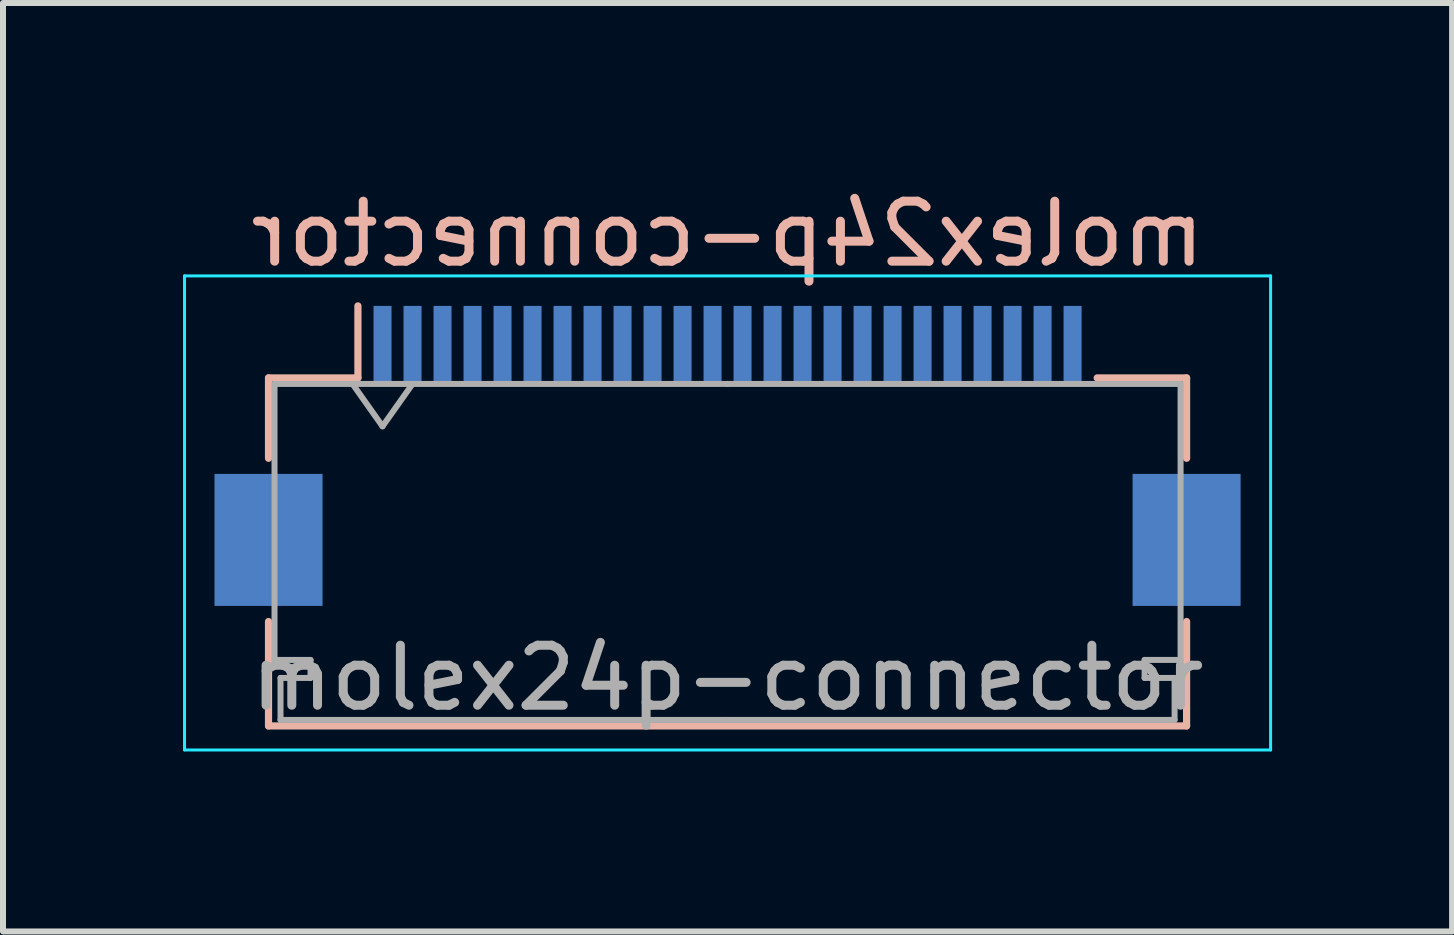
<source format=kicad_pcb>
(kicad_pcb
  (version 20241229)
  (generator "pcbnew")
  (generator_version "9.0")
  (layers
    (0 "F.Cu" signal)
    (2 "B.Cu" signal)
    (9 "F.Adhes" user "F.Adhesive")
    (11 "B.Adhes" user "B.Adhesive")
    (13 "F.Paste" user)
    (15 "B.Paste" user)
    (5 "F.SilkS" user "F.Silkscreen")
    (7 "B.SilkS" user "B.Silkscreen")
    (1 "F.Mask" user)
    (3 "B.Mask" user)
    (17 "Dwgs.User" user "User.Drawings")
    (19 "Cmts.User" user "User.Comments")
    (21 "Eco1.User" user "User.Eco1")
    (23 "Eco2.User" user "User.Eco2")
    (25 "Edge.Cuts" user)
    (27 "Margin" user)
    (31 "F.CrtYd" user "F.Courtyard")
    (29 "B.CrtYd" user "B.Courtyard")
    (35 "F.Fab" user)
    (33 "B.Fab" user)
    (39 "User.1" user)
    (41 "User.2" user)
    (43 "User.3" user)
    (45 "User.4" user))
  (footprint "molex24p-connector"
    (layer "F.Cu")
    (at 9.075 4.548)
    (property "Reference" "molex24p-connector" (at 0 -3.7 0) (layer "B.SilkS") (effects (font (size 1 1) (thickness 0.15)) (justify mirror)))
    (attr smd)
    (fp_line (start -7.65 -1.3) (end -7.65 0.04) (stroke (width 0.12) (type solid)) (layer "B.SilkS"))
    (fp_line (start -7.65 2.76) (end -7.65 4.5) (stroke (width 0.12) (type solid)) (layer "B.SilkS"))
    (fp_line (start -7.65 4.5) (end 7.65 4.5) (stroke (width 0.12) (type solid)) (layer "B.SilkS"))
    (fp_line (start -6.16 -1.3) (end -7.65 -1.3) (stroke (width 0.12) (type solid)) (layer "B.SilkS"))
    (fp_line (start -6.16 -1.3) (end -6.16 -2.5) (stroke (width 0.12) (type solid)) (layer "B.SilkS"))
    (fp_line (start 6.16 -1.3) (end 7.65 -1.3) (stroke (width 0.12) (type solid)) (layer "B.SilkS"))
    (fp_line (start 7.65 -1.3) (end 7.65 0.04) (stroke (width 0.12) (type solid)) (layer "B.SilkS"))
    (fp_line (start 7.65 4.5) (end 7.65 2.76) (stroke (width 0.12) (type solid)) (layer "B.SilkS"))
    (fp_line (start -9.05 -3) (end -9.05 4.9) (stroke (width 0.05) (type solid)) (layer "B.CrtYd"))
    (fp_line (start -9.05 4.9) (end 9.05 4.9) (stroke (width 0.05) (type solid)) (layer "B.CrtYd"))
    (fp_line (start 9.05 -3) (end -9.05 -3) (stroke (width 0.05) (type solid)) (layer "B.CrtYd"))
    (fp_line (start 9.05 4.9) (end 9.05 -3) (stroke (width 0.05) (type solid)) (layer "B.CrtYd"))
    (fp_line (start -7.55 -1.2) (end -7.55 3.4) (stroke (width 0.1) (type solid)) (layer "F.Fab"))
    (fp_line (start -7.55 3.4) (end -6.95 3.4) (stroke (width 0.1) (type solid)) (layer "F.Fab"))
    (fp_line (start -7.45 3.7) (end -7.45 4.4) (stroke (width 0.1) (type solid)) (layer "F.Fab"))
    (fp_line (start -7.45 4.4) (end 0 4.4) (stroke (width 0.1) (type solid)) (layer "F.Fab"))
    (fp_line (start -6.95 3.4) (end -6.95 3.7) (stroke (width 0.1) (type solid)) (layer "F.Fab"))
    (fp_line (start -6.95 3.7) (end -7.45 3.7) (stroke (width 0.1) (type solid)) (layer "F.Fab"))
    (fp_line (start -6.25 -1.2) (end -5.75 -0.493) (stroke (width 0.1) (type solid)) (layer "F.Fab"))
    (fp_line (start -5.75 -0.493) (end -5.25 -1.2) (stroke (width 0.1) (type solid)) (layer "F.Fab"))
    (fp_line (start 0 -1.2) (end -7.55 -1.2) (stroke (width 0.1) (type solid)) (layer "F.Fab"))
    (fp_line (start 0 -1.2) (end 7.55 -1.2) (stroke (width 0.1) (type solid)) (layer "F.Fab"))
    (fp_line (start 6.95 3.4) (end 6.95 3.7) (stroke (width 0.1) (type solid)) (layer "F.Fab"))
    (fp_line (start 6.95 3.7) (end 7.45 3.7) (stroke (width 0.1) (type solid)) (layer "F.Fab"))
    (fp_line (start 7.45 3.7) (end 7.45 4.4) (stroke (width 0.1) (type solid)) (layer "F.Fab"))
    (fp_line (start 7.45 4.4) (end 0 4.4) (stroke (width 0.1) (type solid)) (layer "F.Fab"))
    (fp_line (start 7.55 -1.2) (end 7.55 3.4) (stroke (width 0.1) (type solid)) (layer "F.Fab"))
    (fp_line (start 7.55 3.4) (end 6.95 3.4) (stroke (width 0.1) (type solid)) (layer "F.Fab"))
    (fp_text user "${REFERENCE}" (at 0 3.7 0) (layer "F.Fab") (effects (font (size 1 1) (thickness 0.15))))
    (pad "1" smd rect (at -5.75 -1.85) (size 0.3 1.3) (layers "B.Cu" "B.Mask" "B.Paste"))
    (pad "2" smd rect (at -5.25 -1.85) (size 0.3 1.3) (layers "B.Cu" "B.Mask" "B.Paste"))
    (pad "3" smd rect (at -4.75 -1.85) (size 0.3 1.3) (layers "B.Cu" "B.Mask" "B.Paste"))
    (pad "4" smd rect (at -4.25 -1.85) (size 0.3 1.3) (layers "B.Cu" "B.Mask" "B.Paste"))
    (pad "5" smd rect (at -3.75 -1.85) (size 0.3 1.3) (layers "B.Cu" "B.Mask" "B.Paste"))
    (pad "6" smd rect (at -3.25 -1.85) (size 0.3 1.3) (layers "B.Cu" "B.Mask" "B.Paste"))
    (pad "7" smd rect (at -2.75 -1.85) (size 0.3 1.3) (layers "B.Cu" "B.Mask" "B.Paste"))
    (pad "8" smd rect (at -2.25 -1.85) (size 0.3 1.3) (layers "B.Cu" "B.Mask" "B.Paste"))
    (pad "9" smd rect (at -1.75 -1.85) (size 0.3 1.3) (layers "B.Cu" "B.Mask" "B.Paste"))
    (pad "10" smd rect (at -1.25 -1.85) (size 0.3 1.3) (layers "B.Cu" "B.Mask" "B.Paste"))
    (pad "11" smd rect (at -0.75 -1.85) (size 0.3 1.3) (layers "B.Cu" "B.Mask" "B.Paste"))
    (pad "12" smd rect (at -0.25 -1.85) (size 0.3 1.3) (layers "B.Cu" "B.Mask" "B.Paste"))
    (pad "13" smd rect (at 0.25 -1.85) (size 0.3 1.3) (layers "B.Cu" "B.Mask" "B.Paste"))
    (pad "14" smd rect (at 0.75 -1.85) (size 0.3 1.3) (layers "B.Cu" "B.Mask" "B.Paste"))
    (pad "15" smd rect (at 1.25 -1.85) (size 0.3 1.3) (layers "B.Cu" "B.Mask" "B.Paste"))
    (pad "16" smd rect (at 1.75 -1.85) (size 0.3 1.3) (layers "B.Cu" "B.Mask" "B.Paste"))
    (pad "17" smd rect (at 2.25 -1.85) (size 0.3 1.3) (layers "B.Cu" "B.Mask" "B.Paste"))
    (pad "18" smd rect (at 2.75 -1.85) (size 0.3 1.3) (layers "B.Cu" "B.Mask" "B.Paste"))
    (pad "19" smd rect (at 3.25 -1.85) (size 0.3 1.3) (layers "B.Cu" "B.Mask" "B.Paste"))
    (pad "20" smd rect (at 3.75 -1.85) (size 0.3 1.3) (layers "B.Cu" "B.Mask" "B.Paste"))
    (pad "21" smd rect (at 4.25 -1.85) (size 0.3 1.3) (layers "B.Cu" "B.Mask" "B.Paste"))
    (pad "22" smd rect (at 4.75 -1.85) (size 0.3 1.3) (layers "B.Cu" "B.Mask" "B.Paste"))
    (pad "23" smd rect (at 5.25 -1.85) (size 0.3 1.3) (layers "B.Cu" "B.Mask" "B.Paste"))
    (pad "24" smd rect (at 5.75 -1.85) (size 0.3 1.3) (layers "B.Cu" "B.Mask" "B.Paste"))
    (pad "MP" smd rect (at -7.65 1.4) (size 1.8 2.2) (layers "B.Cu" "B.Mask" "B.Paste"))
    (pad "MP" smd rect (at 7.65 1.4) (size 1.8 2.2) (layers "B.Cu" "B.Mask" "B.Paste")))
  (gr_rect
    (start -3 -3)
    (end 21.15 12.473)
    (stroke (width 0.1) (type default))
    (fill no)
    (layer "Edge.Cuts")))
</source>
